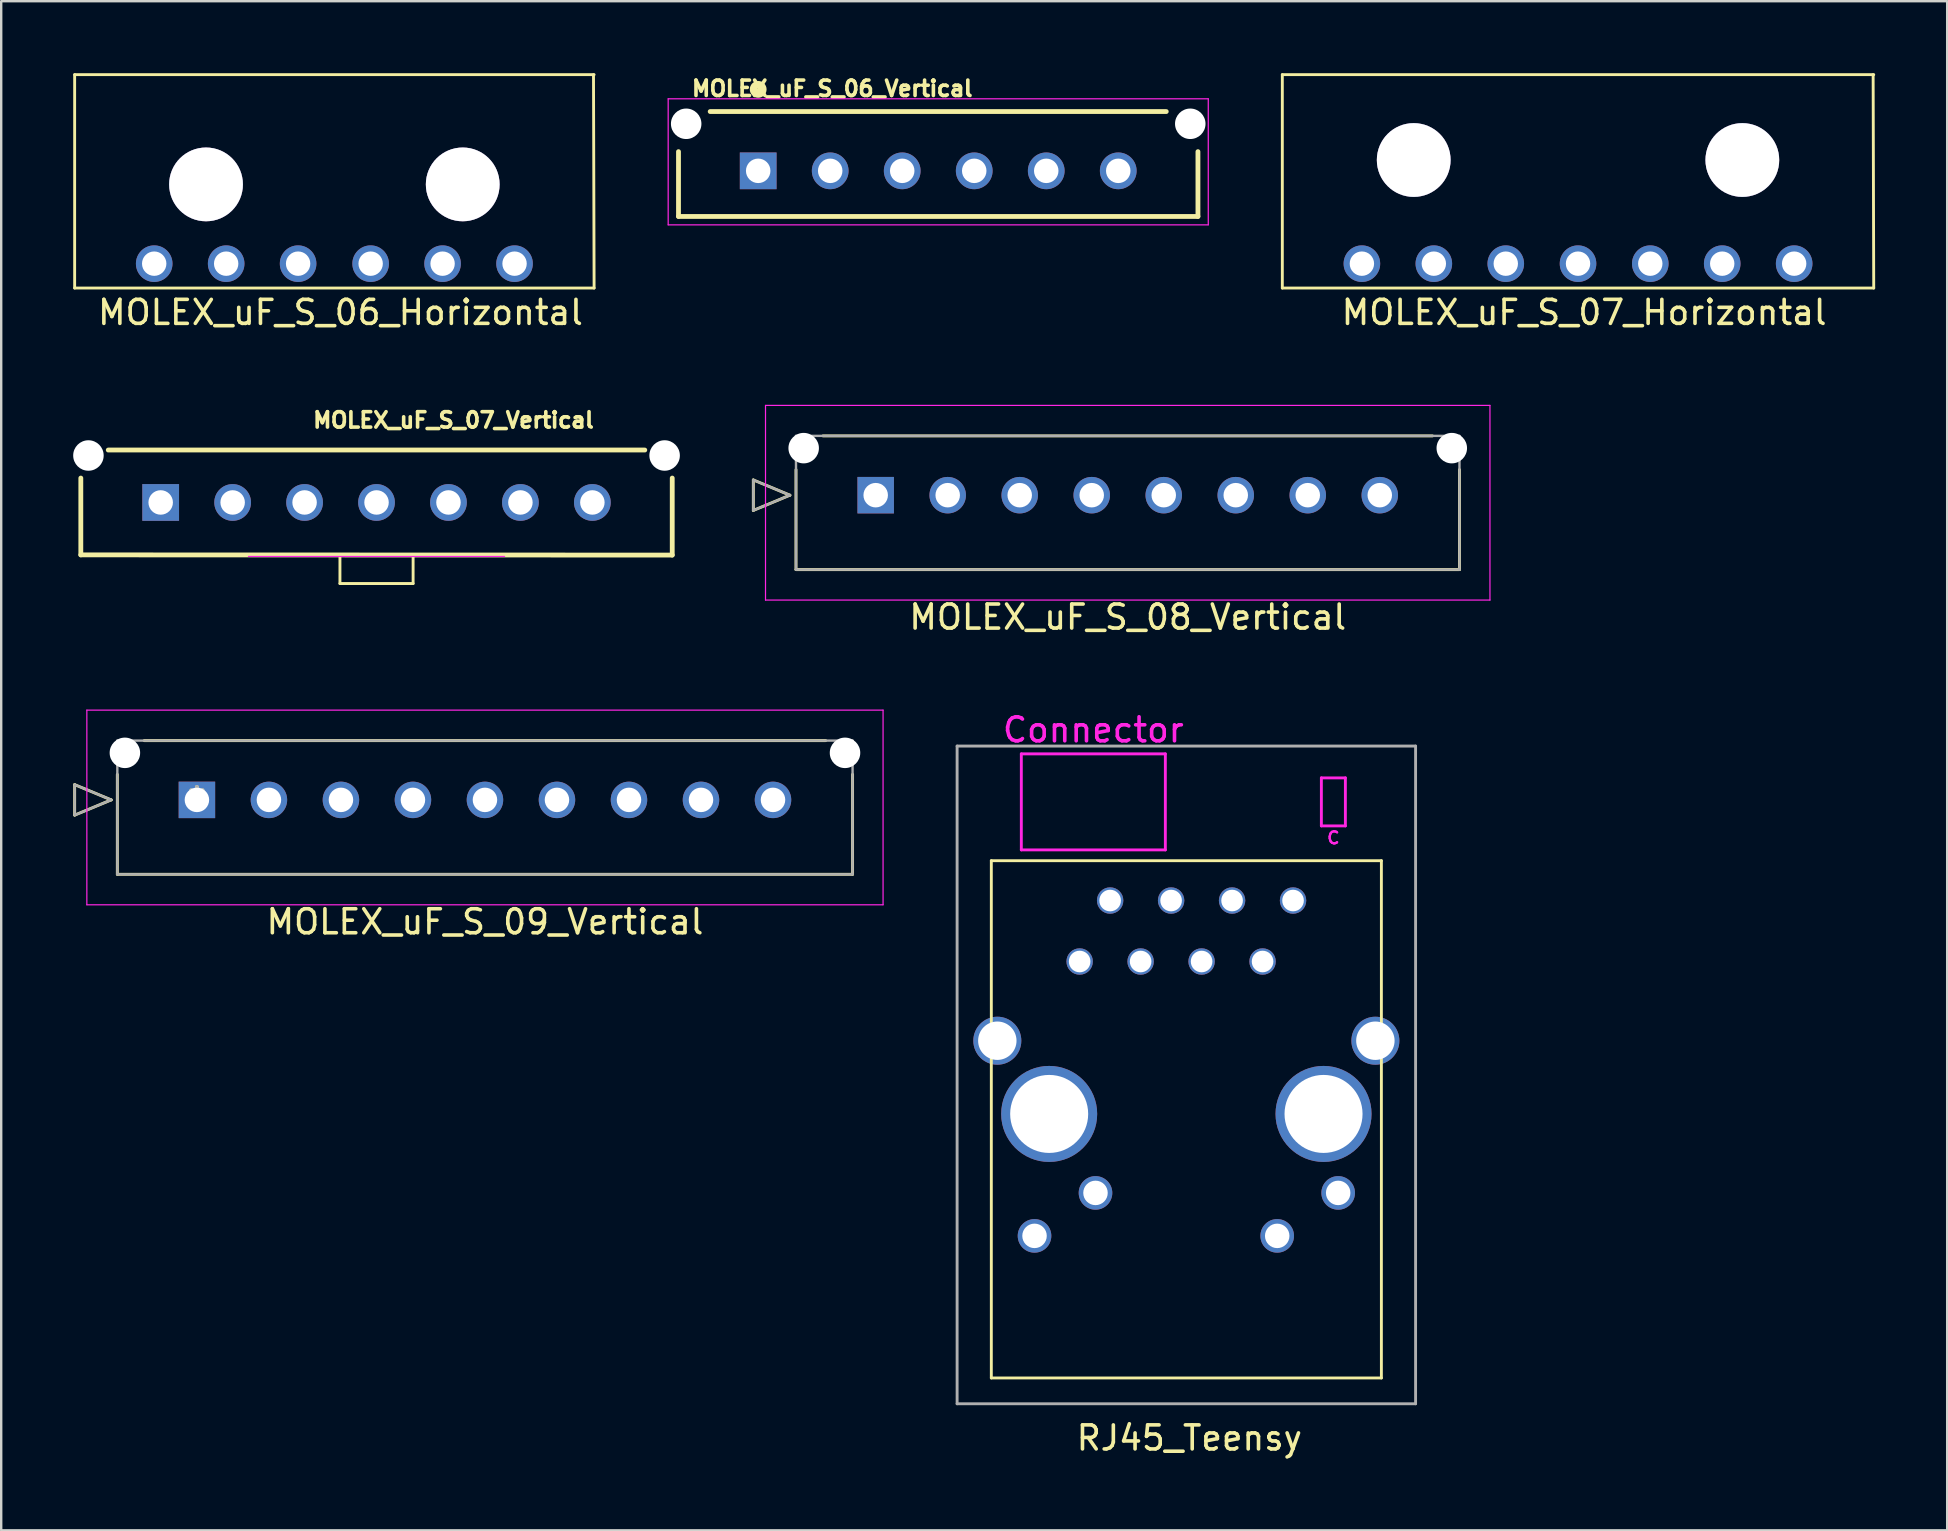
<source format=kicad_pcb>
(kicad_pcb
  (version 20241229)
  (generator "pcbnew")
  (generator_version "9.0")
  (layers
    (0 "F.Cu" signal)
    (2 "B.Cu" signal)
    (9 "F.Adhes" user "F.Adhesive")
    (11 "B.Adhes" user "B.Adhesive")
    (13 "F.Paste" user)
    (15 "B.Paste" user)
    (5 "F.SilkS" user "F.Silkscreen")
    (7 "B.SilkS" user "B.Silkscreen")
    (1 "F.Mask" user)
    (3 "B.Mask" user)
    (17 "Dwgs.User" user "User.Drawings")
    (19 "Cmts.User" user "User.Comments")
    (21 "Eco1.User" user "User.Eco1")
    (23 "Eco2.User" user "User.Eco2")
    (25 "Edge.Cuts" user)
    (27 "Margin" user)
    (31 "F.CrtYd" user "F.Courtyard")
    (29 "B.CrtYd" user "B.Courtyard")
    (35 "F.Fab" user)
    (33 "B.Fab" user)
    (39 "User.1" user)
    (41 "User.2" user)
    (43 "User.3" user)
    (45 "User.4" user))
  (footprint "MOLEX_uF_S_09_Vertical"
    (layer "F.Cu")
    (at 5.153 30.273)
    (property "Reference" "MOLEX_uF_S_09_Vertical" (at 12 5.08 180) (layer "F.SilkS") (effects (font (size 1 1) (thickness 0.15))))
    (attr through_hole)
    (fp_line (start -5.093 -0.635) (end -3.569 0) (stroke (width 0.12) (type solid)) (layer "F.SilkS"))
    (fp_line (start -5.093 0.635) (end -5.093 -0.635) (stroke (width 0.12) (type solid)) (layer "F.SilkS"))
    (fp_line (start -3.569 0) (end -5.093 0.635) (stroke (width 0.12) (type solid)) (layer "F.SilkS"))
    (fp_line (start -3.315 -1.061) (end -3.315 3.1) (stroke (width 0.12) (type solid)) (layer "F.SilkS"))
    (fp_line (start -3.315 3.1) (end 27.315 3.1) (stroke (width 0.12) (type solid)) (layer "F.SilkS"))
    (fp_line (start 26.195 -2.47) (end -2.196 -2.47) (stroke (width 0.12) (type solid)) (layer "F.SilkS"))
    (fp_line (start 27.315 3.1) (end 27.315 -1.061) (stroke (width 0.12) (type solid)) (layer "F.SilkS"))
    (fp_line (start -4.585 -3.74) (end -4.585 4.37) (stroke (width 0.05) (type solid)) (layer "F.CrtYd"))
    (fp_line (start -4.585 4.37) (end 28.585 4.37) (stroke (width 0.05) (type solid)) (layer "F.CrtYd"))
    (fp_line (start 28.585 -3.74) (end -4.585 -3.74) (stroke (width 0.05) (type solid)) (layer "F.CrtYd"))
    (fp_line (start 28.585 4.37) (end 28.585 -3.74) (stroke (width 0.05) (type solid)) (layer "F.CrtYd"))
    (fp_line (start -5.093 -0.635) (end -3.569 0) (stroke (width 0.1) (type solid)) (layer "F.Fab"))
    (fp_line (start -5.093 0.635) (end -5.093 -0.635) (stroke (width 0.1) (type solid)) (layer "F.Fab"))
    (fp_line (start -3.569 0) (end -5.093 0.635) (stroke (width 0.1) (type solid)) (layer "F.Fab"))
    (fp_line (start -3.315 -2.47) (end -3.315 3.1) (stroke (width 0.1) (type solid)) (layer "F.Fab"))
    (fp_line (start -3.315 3.1) (end 27.315 3.1) (stroke (width 0.1) (type solid)) (layer "F.Fab"))
    (fp_line (start 27.315 -2.47) (end -3.315 -2.47) (stroke (width 0.1) (type solid)) (layer "F.Fab"))
    (fp_line (start 27.315 3.1) (end 27.315 -2.47) (stroke (width 0.1) (type solid)) (layer "F.Fab"))
    (fp_text user "*" (at 0 0 180) (layer "F.SilkS") (effects (font (size 1 1) (thickness 0.15))))
    (fp_text user "Copyright 2021 Accelerated Designs. All rights reserved." (at 0 0 180) (layer "Cmts.User") (effects (font (size 0.127 0.127) (thickness 0.002))))
    (fp_text user "*" (at 0 0 180) (layer "F.Fab") (effects (font (size 1 1) (thickness 0.15))))
    (pad "" np_thru_hole circle (at -3 -1.96 180) (size 1.27 1.27) (drill 1.27) (layers "*.Cu" "*.Mask"))
    (pad "" np_thru_hole circle (at 27 -1.96 180) (size 1.27 1.27) (drill 1.27) (layers "*.Cu" "*.Mask"))
    (pad "1" thru_hole rect (at 0 0 180) (size 1.52 1.52) (drill 1.02) (layers "*.Cu" "*.Mask"))
    (pad "2" thru_hole circle (at 3 0 180) (size 1.52 1.52) (drill 1.02) (layers "*.Cu" "*.Mask"))
    (pad "3" thru_hole circle (at 6 0 180) (size 1.52 1.52) (drill 1.02) (layers "*.Cu" "*.Mask"))
    (pad "4" thru_hole circle (at 9 0 180) (size 1.52 1.52) (drill 1.02) (layers "*.Cu" "*.Mask"))
    (pad "5" thru_hole circle (at 12 0 180) (size 1.52 1.52) (drill 1.02) (layers "*.Cu" "*.Mask"))
    (pad "6" thru_hole circle (at 15 0 180) (size 1.52 1.52) (drill 1.02) (layers "*.Cu" "*.Mask"))
    (pad "7" thru_hole circle (at 18 0 180) (size 1.52 1.52) (drill 1.02) (layers "*.Cu" "*.Mask"))
    (pad "8" thru_hole circle (at 21 0 180) (size 1.52 1.52) (drill 1.02) (layers "*.Cu" "*.Mask"))
    (pad "9" thru_hole circle (at 24 0 180) (size 1.52 1.52) (drill 1.02) (layers "*.Cu" "*.Mask")))
  (footprint "RJ45_Teensy"
    (layer "F.Cu")
    (at 46.498 56.356)
    (property "Reference" "RJ45_Teensy" (at 0 0.5 0) (layer "F.SilkS") (effects (font (size 1 1) (thickness 0.15))))
    (attr through_hole)
    (fp_line (start -8.25 -23.55) (end 8 -23.55) (stroke (width 0.12) (type solid)) (layer "F.SilkS"))
    (fp_line (start -8.25 -2) (end -8.25 -23.55) (stroke (width 0.12) (type solid)) (layer "F.SilkS"))
    (fp_line (start -8.25 -2) (end 8 -2) (stroke (width 0.12) (type solid)) (layer "F.SilkS"))
    (fp_line (start 8 -2) (end 8 -23.55) (stroke (width 0.12) (type solid)) (layer "F.SilkS"))
    (fp_line (start -7 -28) (end -7 -24) (stroke (width 0.12) (type solid)) (layer "F.CrtYd"))
    (fp_line (start -7 -24) (end -1 -24) (stroke (width 0.12) (type solid)) (layer "F.CrtYd"))
    (fp_line (start -1 -28) (end -7 -28) (stroke (width 0.12) (type solid)) (layer "F.CrtYd"))
    (fp_line (start -1 -24) (end -1 -28) (stroke (width 0.12) (type solid)) (layer "F.CrtYd"))
    (fp_line (start 5.5 -27) (end 5.5 -25) (stroke (width 0.12) (type solid)) (layer "F.CrtYd"))
    (fp_line (start 5.5 -25) (end 6.5 -25) (stroke (width 0.12) (type solid)) (layer "F.CrtYd"))
    (fp_line (start 6.5 -27) (end 5.5 -27) (stroke (width 0.12) (type solid)) (layer "F.CrtYd"))
    (fp_line (start 6.5 -25) (end 6.5 -27) (stroke (width 0.12) (type solid)) (layer "F.CrtYd"))
    (fp_line (start -9.675 -28.325) (end 9.425 -28.325) (stroke (width 0.12) (type solid)) (layer "F.Fab"))
    (fp_line (start -9.675 -0.925) (end -9.675 -28.325) (stroke (width 0.12) (type solid)) (layer "F.Fab"))
    (fp_line (start -9.675 -0.925) (end 9.425 -0.925) (stroke (width 0.12) (type solid)) (layer "F.Fab"))
    (fp_line (start 9.425 -0.925) (end 9.425 -28.325) (stroke (width 0.12) (type solid)) (layer "F.Fab"))
    (fp_text user "C" (at 6 -24.5 0) (layer "F.CrtYd") (effects (font (size 0.5 0.5) (thickness 0.1))))
    (fp_text user "Connector" (at -4 -29 0) (layer "F.CrtYd") (effects (font (size 1 1) (thickness 0.15))))
    (pad "1" thru_hole circle (at -4.57 -19.35) (size 1.1 1.1) (drill 0.9) (layers "*.Cu" "*.Mask"))
    (pad "2" thru_hole circle (at -3.3 -21.89) (size 1.1 1.1) (drill 0.9) (layers "*.Cu" "*.Mask"))
    (pad "3" thru_hole circle (at -2.03 -19.35) (size 1.1 1.1) (drill 0.9) (layers "*.Cu" "*.Mask"))
    (pad "4" thru_hole circle (at -0.76 -21.89) (size 1.1 1.1) (drill 0.9) (layers "*.Cu" "*.Mask"))
    (pad "5" thru_hole circle (at 0.51 -19.35) (size 1.1 1.1) (drill 0.9) (layers "*.Cu" "*.Mask"))
    (pad "6" thru_hole circle (at 1.78 -21.89) (size 1.1 1.1) (drill 0.9) (layers "*.Cu" "*.Mask"))
    (pad "7" thru_hole circle (at 3.05 -19.35) (size 1.1 1.1) (drill 0.9) (layers "*.Cu" "*.Mask"))
    (pad "8" thru_hole circle (at 4.32 -21.89) (size 1.1 1.1) (drill 0.9) (layers "*.Cu" "*.Mask"))
    (pad "9" thru_hole circle (at -6.45 -7.92) (size 1.4 1.4) (drill 1.02) (layers "*.Cu" "*.Mask"))
    (pad "10" thru_hole circle (at -3.91 -9.71) (size 1.4 1.4) (drill 1.02) (layers "*.Cu" "*.Mask"))
    (pad "11" thru_hole circle (at 3.66 -7.92) (size 1.4 1.4) (drill 1.02) (layers "*.Cu" "*.Mask"))
    (pad "12" thru_hole circle (at 6.2 -9.71) (size 1.4 1.4) (drill 1.02) (layers "*.Cu" "*.Mask"))
    (pad "13" thru_hole circle (at -5.84 -13) (size 4 4) (drill 3.25) (layers "*.Cu" "*.Mask"))
    (pad "14" thru_hole circle (at 5.59 -13) (size 4 4) (drill 3.25) (layers "*.Cu" "*.Mask"))
    (pad "SH" thru_hole circle (at -8 -16.05) (size 2 2) (drill 1.6) (layers "*.Cu" "*.Mask"))
    (pad "SH" thru_hole circle (at 7.75 -16.05) (size 2 2) (drill 1.6) (layers "*.Cu" "*.Mask")))
  (footprint "MOLEX_uF_S_07_Vertical"
    (layer "F.Cu")
    (at 12.636 17.882)
    (property "Reference" "MOLEX_uF_S_07_Vertical" (at 3.206 -3.429 0) (layer "F.SilkS") (effects (font (size 0.641 0.641) (thickness 0.15))))
    (attr through_hole)
    (fp_line (start -12.319 2.184) (end -12.319 -1.016) (stroke (width 0.2) (type solid)) (layer "F.SilkS"))
    (fp_line (start -12.319 2.184) (end 12.319 2.192) (stroke (width 0.2) (type solid)) (layer "F.SilkS"))
    (fp_line (start -11.176 -2.184) (end 11.176 -2.184) (stroke (width 0.2) (type solid)) (layer "F.SilkS"))
    (fp_line (start -1.524 2.286) (end -1.524 3.378) (stroke (width 0.12) (type solid)) (layer "F.SilkS"))
    (fp_line (start -1.524 3.378) (end 1.524 3.378) (stroke (width 0.12) (type solid)) (layer "F.SilkS"))
    (fp_line (start 1.524 3.378) (end 1.524 2.286) (stroke (width 0.12) (type solid)) (layer "F.SilkS"))
    (fp_line (start 12.319 2.192) (end 12.319 -1.016) (stroke (width 0.2) (type solid)) (layer "F.SilkS"))
    (fp_line (start 5.334 2.25) (end -5.334 2.25) (stroke (width 0.05) (type solid)) (layer "F.CrtYd"))
    (pad "" np_thru_hole circle (at -12.002 -1.956) (size 1.27 1.27) (drill 1.27) (layers "*.Cu" "*.Mask"))
    (pad "" np_thru_hole circle (at 12.002 -1.956) (size 1.27 1.27) (drill 1.27) (layers "*.Cu" "*.Mask"))
    (pad "1" thru_hole rect (at -8.992 0) (size 1.53 1.53) (drill 1.02) (layers "*.Cu" "*.Mask"))
    (pad "2" thru_hole circle (at -5.994 0) (size 1.53 1.53) (drill 1.02) (layers "*.Cu" "*.Mask"))
    (pad "3" thru_hole circle (at -2.997 0) (size 1.53 1.53) (drill 1.02) (layers "*.Cu" "*.Mask"))
    (pad "4" thru_hole circle (at 0 0) (size 1.53 1.53) (drill 1.02) (layers "*.Cu" "*.Mask"))
    (pad "5" thru_hole circle (at 2.997 0) (size 1.53 1.53) (drill 1.02) (layers "*.Cu" "*.Mask"))
    (pad "6" thru_hole circle (at 5.994 0) (size 1.53 1.53) (drill 1.02) (layers "*.Cu" "*.Mask"))
    (pad "7" thru_hole circle (at 8.992 0) (size 1.53 1.53) (drill 1.02) (layers "*.Cu" "*.Mask")))
  (footprint "MOLEX_uF_S_07_Horizontal"
    (layer "F.Cu")
    (at 62.69 8.95)
    (property "Reference" "MOLEX_uF_S_07_Horizontal" (at 0.254 1.016 0) (layer "F.SilkS") (effects (font (size 1 1) (thickness 0.15))))
    (attr through_hole)
    (fp_line (start -12.319 -8.89) (end -12.319 0) (stroke (width 0.12) (type solid)) (layer "F.SilkS"))
    (fp_line (start -12.319 -8.89) (end 12.319 -8.89) (stroke (width 0.12) (type solid)) (layer "F.SilkS"))
    (fp_line (start -12.319 0) (end 12.319 0) (stroke (width 0.12) (type solid)) (layer "F.SilkS"))
    (fp_line (start 12.319 0) (end 12.294 -8.89) (stroke (width 0.12) (type solid)) (layer "F.SilkS"))
    (pad "" thru_hole circle (at -6.845 -5.334) (size 3.073 3.073) (drill 3.073) (layers "*.Cu" "*.Mask"))
    (pad "" thru_hole circle (at 6.845 -5.334) (size 3.073 3.073) (drill 3.073) (layers "*.Cu" "*.Mask"))
    (pad "1" thru_hole circle (at -9.004 -1.016 90) (size 1.524 1.524) (drill 1.016) (layers "*.Cu" "*.Mask"))
    (pad "2" thru_hole circle (at -6.007 -1.016 90) (size 1.524 1.524) (drill 1.016) (layers "*.Cu" "*.Mask"))
    (pad "3" thru_hole circle (at -3.01 -1.016 90) (size 1.524 1.524) (drill 1.016) (layers "*.Cu" "*.Mask"))
    (pad "4" thru_hole circle (at 0 -1.016 90) (size 1.524 1.524) (drill 1.016) (layers "*.Cu" "*.Mask"))
    (pad "5" thru_hole circle (at 3.01 -1.016 90) (size 1.524 1.524) (drill 1.016) (layers "*.Cu" "*.Mask"))
    (pad "6" thru_hole circle (at 6.007 -1.016 90) (size 1.524 1.524) (drill 1.016) (layers "*.Cu" "*.Mask"))
    (pad "7" thru_hole circle (at 9.004 -1.016 90) (size 1.524 1.524) (drill 1.016) (layers "*.Cu" "*.Mask")))
  (footprint "MOLEX_uF_S_06_Vertical"
    (layer "F.Cu")
    (at 36.036 4.067)
    (property "Reference" "MOLEX_uF_S_06_Vertical" (at -4.414 -3.429 0) (layer "F.SilkS") (effects (font (size 0.641 0.641) (thickness 0.15))))
    (attr through_hole)
    (fp_line (start -10.82 1.9) (end -10.82 -0.8) (stroke (width 0.2) (type solid)) (layer "F.SilkS"))
    (fp_line (start -10.82 1.9) (end 10.82 1.9) (stroke (width 0.2) (type solid)) (layer "F.SilkS"))
    (fp_line (start -9.5 -2.47) (end 9.5 -2.47) (stroke (width 0.2) (type solid)) (layer "F.SilkS"))
    (fp_line (start 10.82 1.9) (end 10.82 -0.8) (stroke (width 0.2) (type solid)) (layer "F.SilkS"))
    (fp_circle (center -7.5 -3.394) (end -7.3 -3.394) (stroke (width 0.3) (type solid)) (fill no) (layer "F.SilkS"))
    (fp_line (start -11.25 -3) (end 11.25 -3) (stroke (width 0.05) (type solid)) (layer "F.CrtYd"))
    (fp_line (start -11.25 2.25) (end -11.25 -3) (stroke (width 0.05) (type solid)) (layer "F.CrtYd"))
    (fp_line (start 11.25 -3) (end 11.25 2.25) (stroke (width 0.05) (type solid)) (layer "F.CrtYd"))
    (fp_line (start 11.25 2.25) (end -11.25 2.25) (stroke (width 0.05) (type solid)) (layer "F.CrtYd"))
    (pad "" np_thru_hole circle (at -10.5 -1.96) (size 1.27 1.27) (drill 1.27) (layers "*.Cu" "*.Mask"))
    (pad "" np_thru_hole circle (at 10.5 -1.96) (size 1.27 1.27) (drill 1.27) (layers "*.Cu" "*.Mask"))
    (pad "1" thru_hole rect (at -7.5 0) (size 1.53 1.53) (drill 1.02) (layers "*.Cu" "*.Mask"))
    (pad "2" thru_hole circle (at -4.5 0) (size 1.53 1.53) (drill 1.02) (layers "*.Cu" "*.Mask"))
    (pad "3" thru_hole circle (at -1.5 0) (size 1.53 1.53) (drill 1.02) (layers "*.Cu" "*.Mask"))
    (pad "4" thru_hole circle (at 1.5 0) (size 1.53 1.53) (drill 1.02) (layers "*.Cu" "*.Mask"))
    (pad "5" thru_hole circle (at 4.5 0) (size 1.53 1.53) (drill 1.02) (layers "*.Cu" "*.Mask"))
    (pad "6" thru_hole circle (at 7.5 0) (size 1.53 1.53) (drill 1.02) (layers "*.Cu" "*.Mask")))
  (footprint "MOLEX_uF_S_08_Vertical"
    (layer "F.Cu")
    (at 33.431 17.579)
    (property "Reference" "MOLEX_uF_S_08_Vertical" (at 10.5 5.08 180) (layer "F.SilkS") (effects (font (size 1 1) (thickness 0.15))))
    (attr through_hole)
    (fp_line (start -5.098 -0.635) (end -3.574 0) (stroke (width 0.12) (type solid)) (layer "F.SilkS"))
    (fp_line (start -5.098 0.635) (end -5.098 -0.635) (stroke (width 0.12) (type solid)) (layer "F.SilkS"))
    (fp_line (start -3.574 0) (end -5.098 0.635) (stroke (width 0.12) (type solid)) (layer "F.SilkS"))
    (fp_line (start -3.32 -1.063) (end -3.32 3.1) (stroke (width 0.12) (type solid)) (layer "F.SilkS"))
    (fp_line (start -3.32 3.1) (end 24.32 3.1) (stroke (width 0.12) (type solid)) (layer "F.SilkS"))
    (fp_line (start 23.195 -2.47) (end -2.196 -2.47) (stroke (width 0.12) (type solid)) (layer "F.SilkS"))
    (fp_line (start 24.32 3.1) (end 24.32 -1.063) (stroke (width 0.12) (type solid)) (layer "F.SilkS"))
    (fp_line (start -4.59 -3.74) (end -4.59 4.37) (stroke (width 0.05) (type solid)) (layer "F.CrtYd"))
    (fp_line (start -4.59 4.37) (end 25.59 4.37) (stroke (width 0.05) (type solid)) (layer "F.CrtYd"))
    (fp_line (start 25.59 -3.74) (end -4.59 -3.74) (stroke (width 0.05) (type solid)) (layer "F.CrtYd"))
    (fp_line (start 25.59 4.37) (end 25.59 -3.74) (stroke (width 0.05) (type solid)) (layer "F.CrtYd"))
    (fp_line (start -5.098 -0.635) (end -3.574 0) (stroke (width 0.1) (type solid)) (layer "F.Fab"))
    (fp_line (start -5.098 0.635) (end -5.098 -0.635) (stroke (width 0.1) (type solid)) (layer "F.Fab"))
    (fp_line (start -3.574 0) (end -5.098 0.635) (stroke (width 0.1) (type solid)) (layer "F.Fab"))
    (fp_line (start -3.32 -2.47) (end -3.32 3.1) (stroke (width 0.1) (type solid)) (layer "F.Fab"))
    (fp_line (start -3.32 3.1) (end 24.32 3.1) (stroke (width 0.1) (type solid)) (layer "F.Fab"))
    (fp_line (start 24.32 -2.47) (end -3.32 -2.47) (stroke (width 0.1) (type solid)) (layer "F.Fab"))
    (fp_line (start 24.32 3.1) (end 24.32 -2.47) (stroke (width 0.1) (type solid)) (layer "F.Fab"))
    (pad "" np_thru_hole circle (at -3 -1.96 180) (size 1.27 1.27) (drill 1.27) (layers "*.Cu" "*.Mask"))
    (pad "" np_thru_hole circle (at 24 -1.96 180) (size 1.27 1.27) (drill 1.27) (layers "*.Cu" "*.Mask"))
    (pad "1" thru_hole rect (at 0 0 180) (size 1.52 1.52) (drill 1.02) (layers "*.Cu" "*.Mask"))
    (pad "2" thru_hole circle (at 3 0 180) (size 1.52 1.52) (drill 1.02) (layers "*.Cu" "*.Mask"))
    (pad "3" thru_hole circle (at 6 0 180) (size 1.52 1.52) (drill 1.02) (layers "*.Cu" "*.Mask"))
    (pad "4" thru_hole circle (at 9 0 180) (size 1.52 1.52) (drill 1.02) (layers "*.Cu" "*.Mask"))
    (pad "5" thru_hole circle (at 12 0 180) (size 1.52 1.52) (drill 1.02) (layers "*.Cu" "*.Mask"))
    (pad "6" thru_hole circle (at 15 0 180) (size 1.52 1.52) (drill 1.02) (layers "*.Cu" "*.Mask"))
    (pad "7" thru_hole circle (at 18 0 180) (size 1.52 1.52) (drill 1.02) (layers "*.Cu" "*.Mask"))
    (pad "8" thru_hole circle (at 21 0 180) (size 1.52 1.52) (drill 1.02) (layers "*.Cu" "*.Mask")))
  (footprint "MOLEX_uF_S_06_Horizontal"
    (layer "F.Cu")
    (at 10.88 8.95)
    (property "Reference" "MOLEX_uF_S_06_Horizontal" (at 0.254 1.016 0) (layer "F.SilkS") (effects (font (size 1 1) (thickness 0.15))))
    (attr through_hole)
    (fp_line (start -10.82 -8.89) (end -10.82 0) (stroke (width 0.12) (type solid)) (layer "F.SilkS"))
    (fp_line (start -10.82 -8.89) (end 10.82 -8.89) (stroke (width 0.12) (type solid)) (layer "F.SilkS"))
    (fp_line (start -10.82 0) (end 10.82 0) (stroke (width 0.12) (type solid)) (layer "F.SilkS"))
    (fp_line (start 10.82 0) (end 10.795 -8.89) (stroke (width 0.12) (type solid)) (layer "F.SilkS"))
    (pad "" thru_hole circle (at -5.347 -4.318) (size 3.073 3.073) (drill 3.073) (layers "*.Cu" "*.Mask"))
    (pad "" thru_hole circle (at 5.347 -4.318) (size 3.073 3.073) (drill 3.073) (layers "*.Cu" "*.Mask"))
    (pad "1" thru_hole circle (at -7.506 -1.016 90) (size 1.524 1.524) (drill 1.016) (layers "*.Cu" "*.Mask"))
    (pad "2" thru_hole circle (at -4.508 -1.016 90) (size 1.524 1.524) (drill 1.016) (layers "*.Cu" "*.Mask"))
    (pad "3" thru_hole circle (at -1.511 -1.016 90) (size 1.524 1.524) (drill 1.016) (layers "*.Cu" "*.Mask"))
    (pad "4" thru_hole circle (at 1.511 -1.016 90) (size 1.524 1.524) (drill 1.016) (layers "*.Cu" "*.Mask"))
    (pad "5" thru_hole circle (at 4.508 -1.016 90) (size 1.524 1.524) (drill 1.016) (layers "*.Cu" "*.Mask"))
    (pad "6" thru_hole circle (at 7.506 -1.016 90) (size 1.524 1.524) (drill 1.016) (layers "*.Cu" "*.Mask")))
  (gr_rect
    (start -3 -3)
    (end 78.069 60.704)
    (stroke (width 0.1) (type default))
    (fill no)
    (layer "Edge.Cuts")))
</source>
